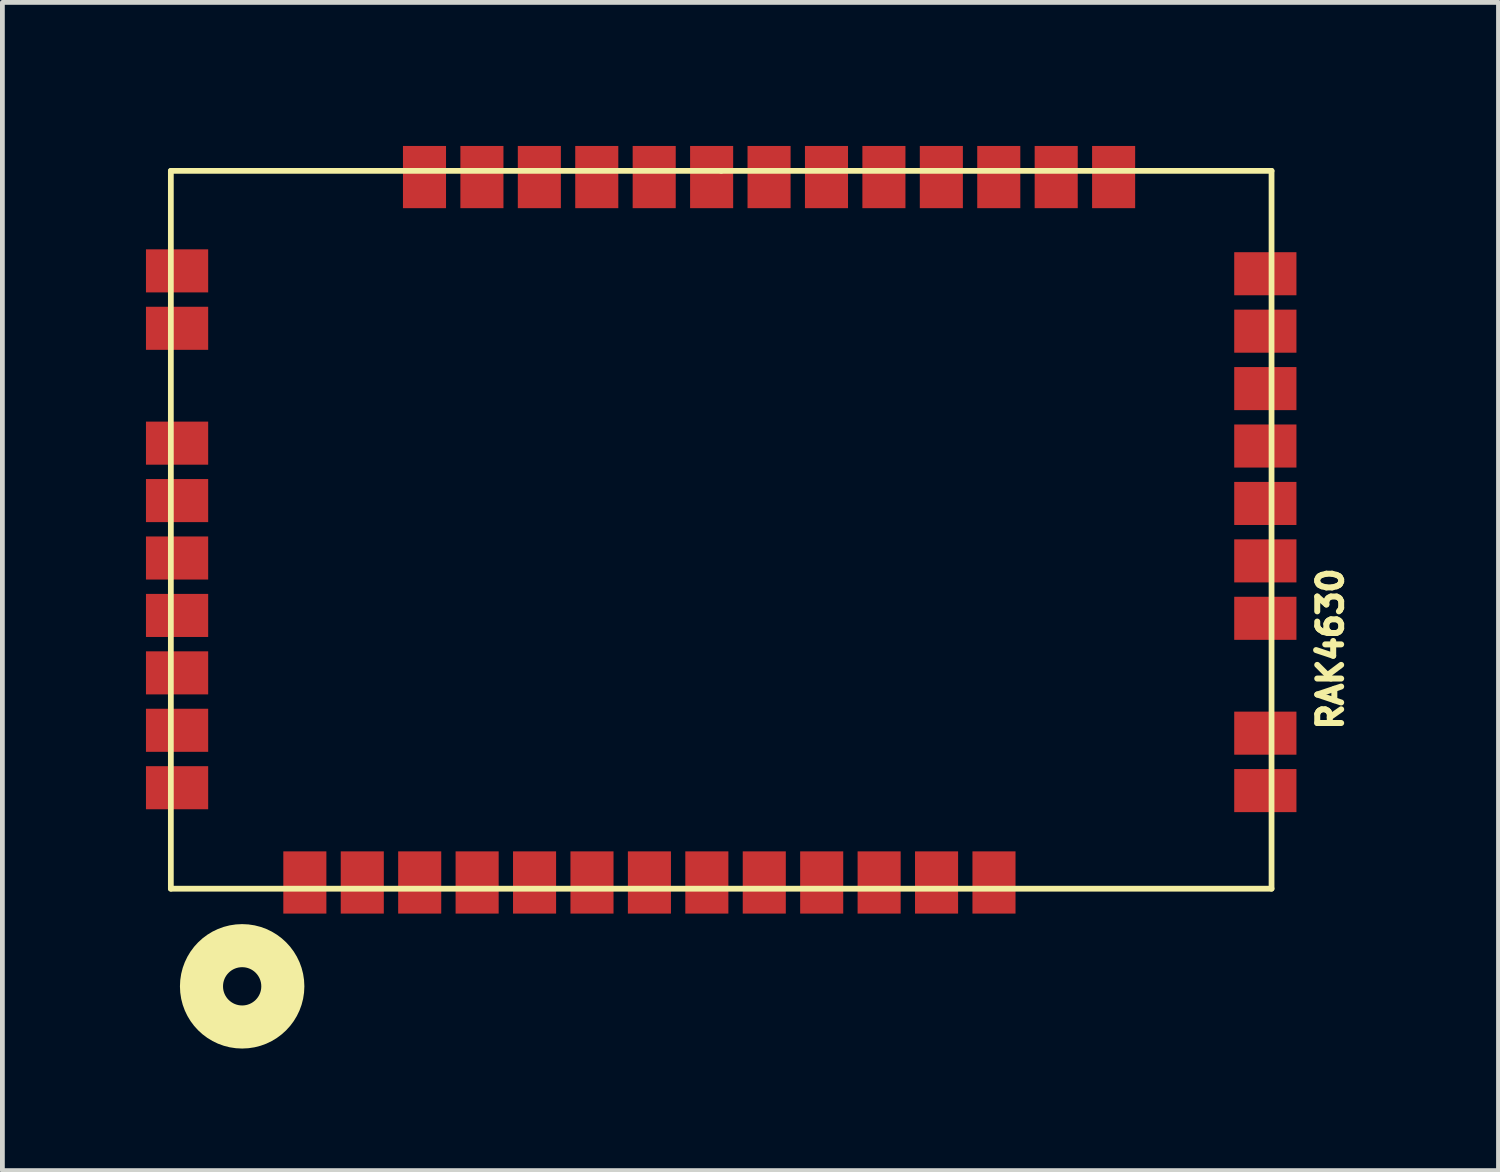
<source format=kicad_pcb>
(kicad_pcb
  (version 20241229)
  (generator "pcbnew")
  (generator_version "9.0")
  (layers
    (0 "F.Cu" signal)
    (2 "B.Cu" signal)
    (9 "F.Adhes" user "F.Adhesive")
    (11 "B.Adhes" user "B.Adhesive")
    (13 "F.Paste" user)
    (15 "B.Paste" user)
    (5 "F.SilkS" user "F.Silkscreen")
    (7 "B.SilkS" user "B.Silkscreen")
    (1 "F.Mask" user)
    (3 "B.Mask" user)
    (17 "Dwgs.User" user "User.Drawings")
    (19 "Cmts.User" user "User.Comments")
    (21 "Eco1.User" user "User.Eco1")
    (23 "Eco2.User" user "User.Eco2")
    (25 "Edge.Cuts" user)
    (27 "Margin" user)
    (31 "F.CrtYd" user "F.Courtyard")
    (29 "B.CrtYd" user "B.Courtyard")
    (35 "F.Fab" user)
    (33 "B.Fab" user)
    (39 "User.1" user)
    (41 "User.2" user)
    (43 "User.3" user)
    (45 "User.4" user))
  (footprint "RAK4630"
    (layer "F.Cu")
    (at 12.02 8.02)
    (property "Reference" "RAK4630" (at 12.73 2.49 270) (layer "F.SilkS") (effects (font (size 0.5 0.5) (thickness 0.125))))
    (attr through_hole)
    (fp_line (start -11.5 -7.5) (end 0 -7.5) (stroke (width 0.12) (type solid)) (layer "F.SilkS"))
    (fp_line (start -11.5 7.5) (end -11.5 -7.5) (stroke (width 0.12) (type solid)) (layer "F.SilkS"))
    (fp_line (start 0 -7.5) (end 11.5 -7.5) (stroke (width 0.12) (type solid)) (layer "F.SilkS"))
    (fp_line (start 11.5 -7.5) (end 11.5 7.5) (stroke (width 0.12) (type solid)) (layer "F.SilkS"))
    (fp_line (start 11.5 7.5) (end -11.5 7.5) (stroke (width 0.12) (type solid)) (layer "F.SilkS"))
    (fp_circle (center -10.01 9.54) (end -9.61 9.54) (stroke (width 0.9) (type solid)) (fill no) (layer "F.SilkS"))
    (pad "1" smd rect (at -8.7 7.37) (size 0.9 1.3) (layers "F.Cu" "F.Mask" "F.Paste"))
    (pad "2" smd rect (at -7.5 7.37) (size 0.9 1.3) (layers "F.Cu" "F.Mask" "F.Paste"))
    (pad "3" smd rect (at -6.3 7.37) (size 0.9 1.3) (layers "F.Cu" "F.Mask" "F.Paste"))
    (pad "4" smd rect (at -5.1 7.37) (size 0.9 1.3) (layers "F.Cu" "F.Mask" "F.Paste"))
    (pad "5" smd rect (at -3.9 7.37) (size 0.9 1.3) (layers "F.Cu" "F.Mask" "F.Paste"))
    (pad "6" smd rect (at -2.7 7.37) (size 0.9 1.3) (layers "F.Cu" "F.Mask" "F.Paste"))
    (pad "7" smd rect (at -1.5 7.37) (size 0.9 1.3) (layers "F.Cu" "F.Mask" "F.Paste"))
    (pad "8" smd rect (at -0.3 7.37) (size 0.9 1.3) (layers "F.Cu" "F.Mask" "F.Paste"))
    (pad "9" smd rect (at 0.9 7.37) (size 0.9 1.3) (layers "F.Cu" "F.Mask" "F.Paste"))
    (pad "10" smd rect (at 2.1 7.37) (size 0.9 1.3) (layers "F.Cu" "F.Mask" "F.Paste"))
    (pad "11" smd rect (at 3.3 7.37) (size 0.9 1.3) (layers "F.Cu" "F.Mask" "F.Paste"))
    (pad "12" smd rect (at 4.5 7.37) (size 0.9 1.3) (layers "F.Cu" "F.Mask" "F.Paste"))
    (pad "13" smd rect (at 5.7 7.37) (size 0.9 1.3) (layers "F.Cu" "F.Mask" "F.Paste"))
    (pad "14" smd rect (at 11.37 5.45 90) (size 0.9 1.3) (layers "F.Cu" "F.Mask" "F.Paste"))
    (pad "15" smd rect (at 11.37 4.25 90) (size 0.9 1.3) (layers "F.Cu" "F.Mask" "F.Paste"))
    (pad "16" smd rect (at 11.37 1.85 90) (size 0.9 1.3) (layers "F.Cu" "F.Mask" "F.Paste"))
    (pad "17" smd rect (at 11.37 0.65 90) (size 0.9 1.3) (layers "F.Cu" "F.Mask" "F.Paste"))
    (pad "18" smd rect (at 11.37 -0.55 90) (size 0.9 1.3) (layers "F.Cu" "F.Mask" "F.Paste"))
    (pad "19" smd rect (at 11.37 -1.75 90) (size 0.9 1.3) (layers "F.Cu" "F.Mask" "F.Paste"))
    (pad "20" smd rect (at 11.37 -2.95 90) (size 0.9 1.3) (layers "F.Cu" "F.Mask" "F.Paste"))
    (pad "21" smd rect (at 11.37 -4.15 90) (size 0.9 1.3) (layers "F.Cu" "F.Mask" "F.Paste"))
    (pad "22" smd rect (at 11.37 -5.35 90) (size 0.9 1.3) (layers "F.Cu" "F.Mask" "F.Paste"))
    (pad "23" smd rect (at 8.2 -7.37) (size 0.9 1.3) (layers "F.Cu" "F.Mask" "F.Paste"))
    (pad "24" smd rect (at 7 -7.37) (size 0.9 1.3) (layers "F.Cu" "F.Mask" "F.Paste"))
    (pad "25" smd rect (at 5.8 -7.37) (size 0.9 1.3) (layers "F.Cu" "F.Mask" "F.Paste"))
    (pad "26" smd rect (at 4.6 -7.37) (size 0.9 1.3) (layers "F.Cu" "F.Mask" "F.Paste"))
    (pad "27" smd rect (at 3.4 -7.37) (size 0.9 1.3) (layers "F.Cu" "F.Mask" "F.Paste"))
    (pad "28" smd rect (at 2.2 -7.37) (size 0.9 1.3) (layers "F.Cu" "F.Mask" "F.Paste"))
    (pad "29" smd rect (at 1 -7.37) (size 0.9 1.3) (layers "F.Cu" "F.Mask" "F.Paste"))
    (pad "30" smd rect (at -0.2 -7.37) (size 0.9 1.3) (layers "F.Cu" "F.Mask" "F.Paste"))
    (pad "31" smd rect (at -1.4 -7.37) (size 0.9 1.3) (layers "F.Cu" "F.Mask" "F.Paste"))
    (pad "32" smd rect (at -2.6 -7.37) (size 0.9 1.3) (layers "F.Cu" "F.Mask" "F.Paste"))
    (pad "33" smd rect (at -3.8 -7.37) (size 0.9 1.3) (layers "F.Cu" "F.Mask" "F.Paste"))
    (pad "34" smd rect (at -5 -7.37) (size 0.9 1.3) (layers "F.Cu" "F.Mask" "F.Paste"))
    (pad "35" smd rect (at -6.2 -7.37) (size 0.9 1.3) (layers "F.Cu" "F.Mask" "F.Paste"))
    (pad "36" smd rect (at -11.37 -5.41 90) (size 0.9 1.3) (layers "F.Cu" "F.Mask" "F.Paste"))
    (pad "37" smd rect (at -11.37 -4.21 90) (size 0.9 1.3) (layers "F.Cu" "F.Mask" "F.Paste"))
    (pad "38" smd rect (at -11.37 -1.81 90) (size 0.9 1.3) (layers "F.Cu" "F.Mask" "F.Paste"))
    (pad "39" smd rect (at -11.37 -0.61 90) (size 0.9 1.3) (layers "F.Cu" "F.Mask" "F.Paste"))
    (pad "40" smd rect (at -11.37 0.59 90) (size 0.9 1.3) (layers "F.Cu" "F.Mask" "F.Paste"))
    (pad "41" smd rect (at -11.37 1.79 90) (size 0.9 1.3) (layers "F.Cu" "F.Mask" "F.Paste"))
    (pad "42" smd rect (at -11.37 2.99 90) (size 0.9 1.3) (layers "F.Cu" "F.Mask" "F.Paste"))
    (pad "43" smd rect (at -11.37 4.19 90) (size 0.9 1.3) (layers "F.Cu" "F.Mask" "F.Paste"))
    (pad "44" smd rect (at -11.37 5.39 90) (size 0.9 1.3) (layers "F.Cu" "F.Mask" "F.Paste")))
  (gr_rect
    (start -3 -3)
    (end 28.262 21.41)
    (stroke (width 0.1) (type default))
    (fill no)
    (layer "Edge.Cuts")))
</source>
